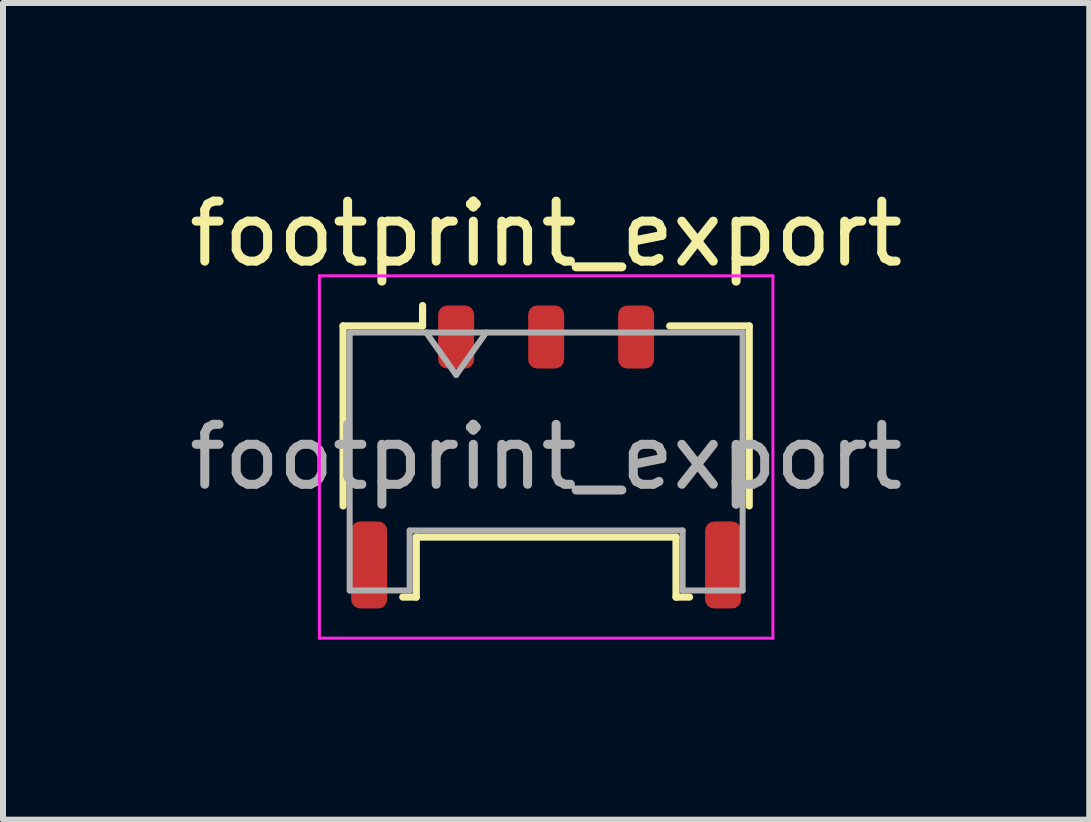
<source format=kicad_pcb>
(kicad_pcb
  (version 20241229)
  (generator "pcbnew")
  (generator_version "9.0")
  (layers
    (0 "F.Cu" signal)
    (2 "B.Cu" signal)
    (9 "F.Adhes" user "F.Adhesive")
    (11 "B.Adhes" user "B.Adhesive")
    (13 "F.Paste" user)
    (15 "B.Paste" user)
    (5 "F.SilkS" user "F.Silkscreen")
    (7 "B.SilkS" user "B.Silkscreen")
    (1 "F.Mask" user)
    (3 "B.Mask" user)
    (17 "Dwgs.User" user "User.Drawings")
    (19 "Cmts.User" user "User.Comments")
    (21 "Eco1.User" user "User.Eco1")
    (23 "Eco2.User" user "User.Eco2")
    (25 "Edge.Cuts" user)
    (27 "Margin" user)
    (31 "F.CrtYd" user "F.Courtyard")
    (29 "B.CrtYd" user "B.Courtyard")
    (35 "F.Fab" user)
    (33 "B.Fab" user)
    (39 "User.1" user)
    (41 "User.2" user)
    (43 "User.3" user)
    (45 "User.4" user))
  (footprint "footprint_export"
    (layer "F.Cu")
    (at 6.054 4.568)
    (property "Reference" "footprint_export" (at 0 -3.72 0) (layer "F.SilkS") (effects (font (size 1 1) (thickness 0.15))))
    (attr smd)
    (fp_line (start -3.385 -2.185) (end -2.06 -2.185) (stroke (width 0.12) (type solid)) (layer "F.SilkS"))
    (fp_line (start -3.385 0.815) (end -3.385 -2.185) (stroke (width 0.12) (type solid)) (layer "F.SilkS"))
    (fp_line (start -2.39 2.335) (end -2.165 2.335) (stroke (width 0.12) (type solid)) (layer "F.SilkS"))
    (fp_line (start -2.165 1.335) (end 2.165 1.335) (stroke (width 0.12) (type solid)) (layer "F.SilkS"))
    (fp_line (start -2.165 2.335) (end -2.165 1.335) (stroke (width 0.12) (type solid)) (layer "F.SilkS"))
    (fp_line (start -2.06 -2.185) (end -2.06 -2.525) (stroke (width 0.12) (type solid)) (layer "F.SilkS"))
    (fp_line (start 2.165 1.335) (end 2.165 2.335) (stroke (width 0.12) (type solid)) (layer "F.SilkS"))
    (fp_line (start 2.165 2.335) (end 2.39 2.335) (stroke (width 0.12) (type solid)) (layer "F.SilkS"))
    (fp_line (start 3.385 -2.185) (end 2.06 -2.185) (stroke (width 0.12) (type solid)) (layer "F.SilkS"))
    (fp_line (start 3.385 0.815) (end 3.385 -2.185) (stroke (width 0.12) (type solid)) (layer "F.SilkS"))
    (fp_line (start -3.78 -3.02) (end -3.78 3.02) (stroke (width 0.05) (type solid)) (layer "F.CrtYd"))
    (fp_line (start -3.78 3.02) (end 3.78 3.02) (stroke (width 0.05) (type solid)) (layer "F.CrtYd"))
    (fp_line (start 3.78 -3.02) (end -3.78 -3.02) (stroke (width 0.05) (type solid)) (layer "F.CrtYd"))
    (fp_line (start 3.78 3.02) (end 3.78 -3.02) (stroke (width 0.05) (type solid)) (layer "F.CrtYd"))
    (fp_line (start -3.275 -2.075) (end -3.275 2.225) (stroke (width 0.1) (type solid)) (layer "F.Fab"))
    (fp_line (start -3.275 -2.075) (end 3.275 -2.075) (stroke (width 0.1) (type solid)) (layer "F.Fab"))
    (fp_line (start -3.275 2.225) (end -2.275 2.225) (stroke (width 0.1) (type solid)) (layer "F.Fab"))
    (fp_line (start -2.275 1.225) (end 2.275 1.225) (stroke (width 0.1) (type solid)) (layer "F.Fab"))
    (fp_line (start -2.275 2.225) (end -2.275 1.225) (stroke (width 0.1) (type solid)) (layer "F.Fab"))
    (fp_line (start -2 -2.075) (end -1.5 -1.368) (stroke (width 0.1) (type solid)) (layer "F.Fab"))
    (fp_line (start -1.5 -1.368) (end -1 -2.075) (stroke (width 0.1) (type solid)) (layer "F.Fab"))
    (fp_line (start 2.275 1.225) (end 2.275 2.225) (stroke (width 0.1) (type solid)) (layer "F.Fab"))
    (fp_line (start 2.275 2.225) (end 3.275 2.225) (stroke (width 0.1) (type solid)) (layer "F.Fab"))
    (fp_line (start 3.275 -2.075) (end 3.275 2.225) (stroke (width 0.1) (type solid)) (layer "F.Fab"))
    (fp_text user "${REFERENCE}" (at 0 0 0) (layer "F.Fab") (effects (font (size 1 1) (thickness 0.15))))
    (pad "1" smd roundrect (at -1.5 -2) (size 0.6 1.05) (layers "F.Cu" "F.Mask" "F.Paste") (roundrect_rratio 0.25))
    (pad "2" smd roundrect (at 0 -2) (size 0.6 1.05) (layers "F.Cu" "F.Mask" "F.Paste") (roundrect_rratio 0.25))
    (pad "3" smd roundrect (at 1.5 -2) (size 0.6 1.05) (layers "F.Cu" "F.Mask" "F.Paste") (roundrect_rratio 0.25))
    (pad "MP" smd roundrect (at -2.95 1.8) (size 0.6 1.45) (layers "F.Cu" "F.Mask" "F.Paste") (roundrect_rratio 0.25))
    (pad "MP" smd roundrect (at 2.95 1.8) (size 0.6 1.45) (layers "F.Cu" "F.Mask" "F.Paste") (roundrect_rratio 0.25)))
  (gr_rect
    (start -3 -3)
    (end 15.107 10.613)
    (stroke (width 0.1) (type default))
    (fill no)
    (layer "Edge.Cuts")))
</source>
